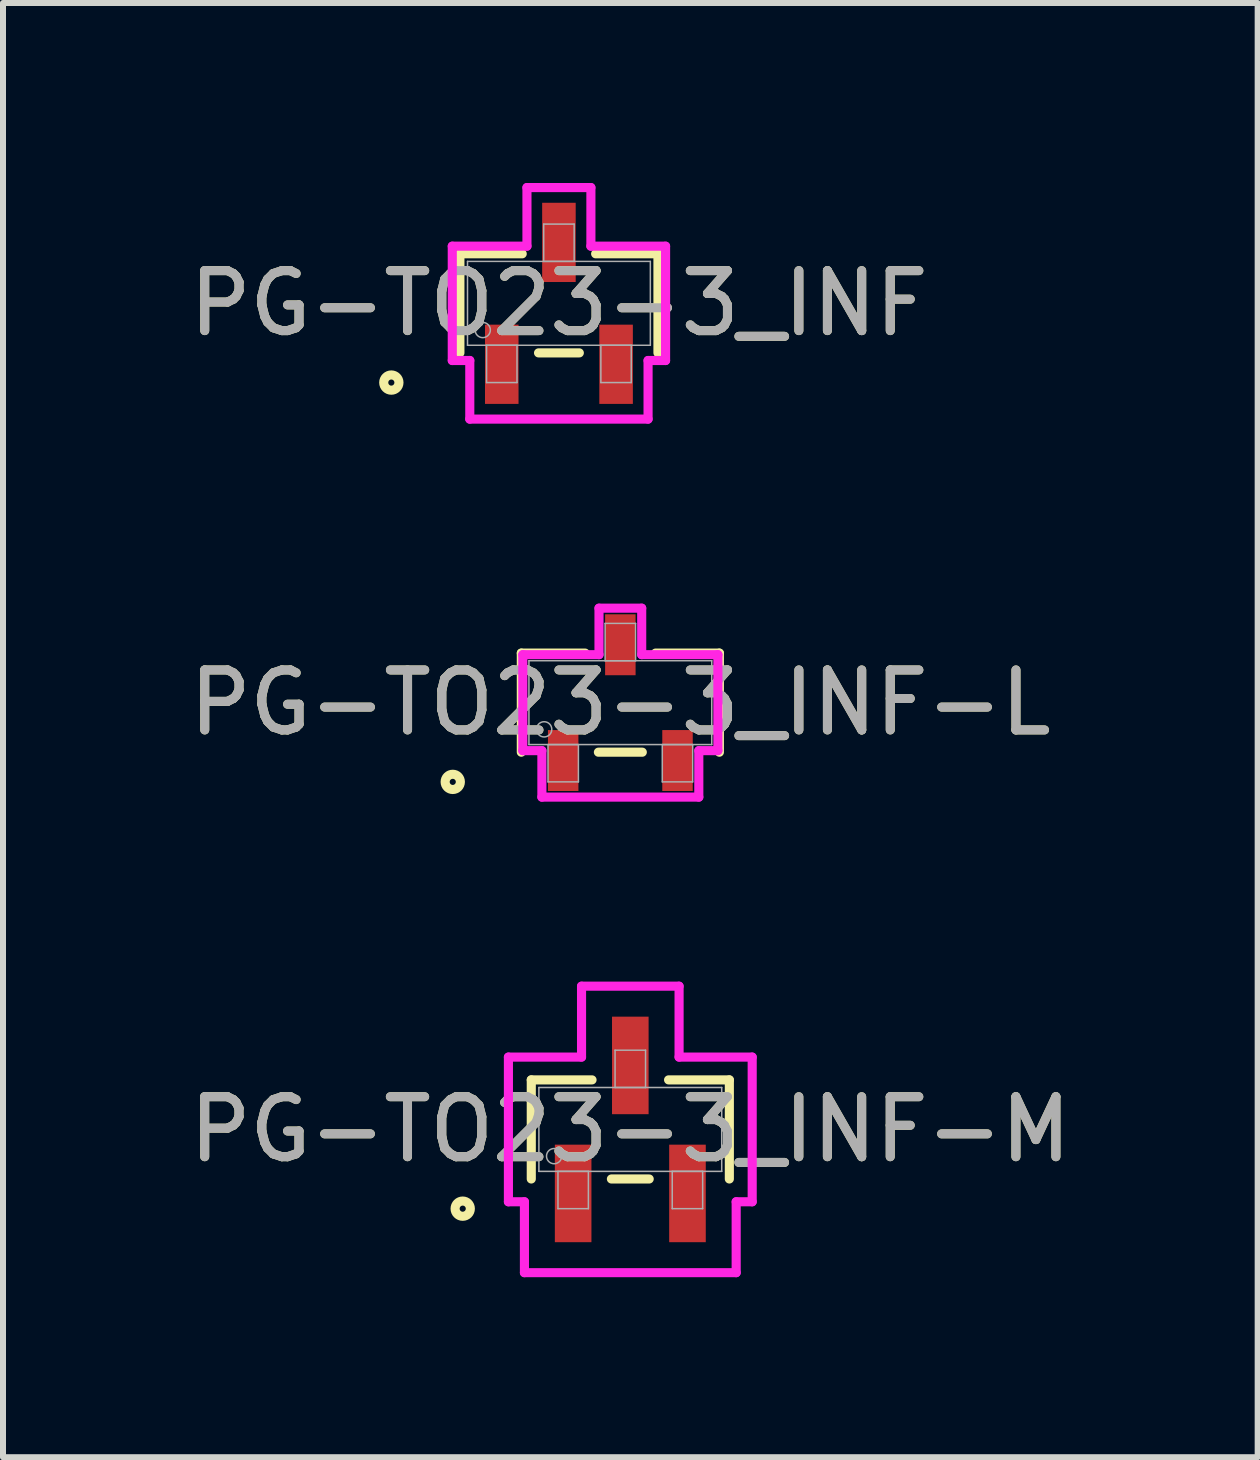
<source format=kicad_pcb>
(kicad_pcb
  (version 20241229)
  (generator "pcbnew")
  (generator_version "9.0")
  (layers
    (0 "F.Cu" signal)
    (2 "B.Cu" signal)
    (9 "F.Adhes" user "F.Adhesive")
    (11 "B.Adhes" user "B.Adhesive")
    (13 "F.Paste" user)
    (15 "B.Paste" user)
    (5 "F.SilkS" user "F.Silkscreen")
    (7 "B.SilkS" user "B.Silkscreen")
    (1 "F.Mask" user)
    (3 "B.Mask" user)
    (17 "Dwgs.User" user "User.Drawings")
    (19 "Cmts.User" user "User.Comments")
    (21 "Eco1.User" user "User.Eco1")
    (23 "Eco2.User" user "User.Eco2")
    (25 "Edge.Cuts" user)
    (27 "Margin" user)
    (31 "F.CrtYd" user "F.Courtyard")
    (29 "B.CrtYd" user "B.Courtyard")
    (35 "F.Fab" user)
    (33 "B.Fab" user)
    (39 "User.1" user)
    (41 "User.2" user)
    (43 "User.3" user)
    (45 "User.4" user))
  (footprint "PG-TO23-3_INF"
    (layer "F.Cu")
    (at 6.268 2.007)
    (property "Reference" "PG-TO23-3_INF" (at 0 0 0) (unlocked yes) (layer "F.SilkS") (effects (font (size 1 1) (thickness 0.15))))
    (attr smd)
    (fp_line (start -1.651 -0.826) (end -1.651 0.826) (stroke (width 0.152) (type solid)) (layer "F.SilkS"))
    (fp_line (start -0.612 -0.826) (end -1.651 -0.826) (stroke (width 0.152) (type solid)) (layer "F.SilkS"))
    (fp_line (start -0.34 0.826) (end 0.34 0.826) (stroke (width 0.152) (type solid)) (layer "F.SilkS"))
    (fp_line (start 1.651 -0.826) (end 0.612 -0.826) (stroke (width 0.152) (type solid)) (layer "F.SilkS"))
    (fp_line (start 1.651 0.826) (end 1.651 -0.826) (stroke (width 0.152) (type solid)) (layer "F.SilkS"))
    (fp_circle (center -2.794 1.321) (end -2.667 1.321) (stroke (width 0.152) (type solid)) (fill no) (layer "F.SilkS"))
    (fp_line (start -1.778 -0.953) (end -0.533 -0.953) (stroke (width 0.152) (type solid)) (layer "F.CrtYd"))
    (fp_line (start -1.778 0.953) (end -1.778 -0.953) (stroke (width 0.152) (type solid)) (layer "F.CrtYd"))
    (fp_line (start -1.778 0.953) (end -1.486 0.953) (stroke (width 0.152) (type solid)) (layer "F.CrtYd"))
    (fp_line (start -1.486 0.953) (end -1.486 1.93) (stroke (width 0.152) (type solid)) (layer "F.CrtYd"))
    (fp_line (start -1.486 1.93) (end 1.486 1.93) (stroke (width 0.152) (type solid)) (layer "F.CrtYd"))
    (fp_line (start -0.533 -1.93) (end 0.533 -1.93) (stroke (width 0.152) (type solid)) (layer "F.CrtYd"))
    (fp_line (start -0.533 -0.953) (end -0.533 -1.93) (stroke (width 0.152) (type solid)) (layer "F.CrtYd"))
    (fp_line (start 0.533 -0.953) (end 0.533 -1.93) (stroke (width 0.152) (type solid)) (layer "F.CrtYd"))
    (fp_line (start 1.486 0.953) (end 1.486 1.93) (stroke (width 0.152) (type solid)) (layer "F.CrtYd"))
    (fp_line (start 1.778 -0.953) (end 0.533 -0.953) (stroke (width 0.152) (type solid)) (layer "F.CrtYd"))
    (fp_line (start 1.778 -0.953) (end 1.778 0.953) (stroke (width 0.152) (type solid)) (layer "F.CrtYd"))
    (fp_line (start 1.778 0.953) (end 1.486 0.953) (stroke (width 0.152) (type solid)) (layer "F.CrtYd"))
    (fp_line (start -1.524 -0.699) (end -1.524 0.699) (stroke (width 0.025) (type solid)) (layer "F.Fab"))
    (fp_line (start -1.524 0.699) (end 1.524 0.699) (stroke (width 0.025) (type solid)) (layer "F.Fab"))
    (fp_line (start -1.206 0.699) (end -1.206 1.321) (stroke (width 0.025) (type solid)) (layer "F.Fab"))
    (fp_line (start -1.206 1.321) (end -0.699 1.321) (stroke (width 0.025) (type solid)) (layer "F.Fab"))
    (fp_line (start -0.699 0.699) (end -1.206 0.699) (stroke (width 0.025) (type solid)) (layer "F.Fab"))
    (fp_line (start -0.699 1.321) (end -0.699 0.699) (stroke (width 0.025) (type solid)) (layer "F.Fab"))
    (fp_line (start -0.254 -1.321) (end -0.254 -0.699) (stroke (width 0.025) (type solid)) (layer "F.Fab"))
    (fp_line (start -0.254 -0.699) (end 0.254 -0.699) (stroke (width 0.025) (type solid)) (layer "F.Fab"))
    (fp_line (start 0.254 -1.321) (end -0.254 -1.321) (stroke (width 0.025) (type solid)) (layer "F.Fab"))
    (fp_line (start 0.254 -0.699) (end 0.254 -1.321) (stroke (width 0.025) (type solid)) (layer "F.Fab"))
    (fp_line (start 0.699 0.699) (end 0.699 1.321) (stroke (width 0.025) (type solid)) (layer "F.Fab"))
    (fp_line (start 0.699 1.321) (end 1.206 1.321) (stroke (width 0.025) (type solid)) (layer "F.Fab"))
    (fp_line (start 1.206 0.699) (end 0.699 0.699) (stroke (width 0.025) (type solid)) (layer "F.Fab"))
    (fp_line (start 1.206 1.321) (end 1.206 0.699) (stroke (width 0.025) (type solid)) (layer "F.Fab"))
    (fp_line (start 1.524 -0.699) (end -1.524 -0.699) (stroke (width 0.025) (type solid)) (layer "F.Fab"))
    (fp_line (start 1.524 0.699) (end 1.524 -0.699) (stroke (width 0.025) (type solid)) (layer "F.Fab"))
    (fp_circle (center -1.27 0.445) (end -1.143 0.445) (stroke (width 0.025) (type solid)) (fill no) (layer "F.Fab"))
    (fp_text user "${REFERENCE}" (at 0 0 0) (unlocked yes) (layer "F.Fab") (effects (font (size 1 1) (thickness 0.15))))
    (pad "1" smd rect (at -0.953 1.016) (size 0.559 1.321) (layers "F.Cu" "F.Mask" "F.Paste"))
    (pad "2" smd rect (at 0.953 1.016) (size 0.559 1.321) (layers "F.Cu" "F.Mask" "F.Paste"))
    (pad "3" smd rect (at 0 -1.016) (size 0.559 1.321) (layers "F.Cu" "F.Mask" "F.Paste")))
  (footprint "PG-TO23-3_INF-M"
    (layer "F.Cu")
    (at 7.458 15.779)
    (property "Reference" "PG-TO23-3_INF-M" (at 0 0 0) (unlocked yes) (layer "F.SilkS") (effects (font (size 1 1) (thickness 0.15))))
    (attr smd)
    (fp_line (start -1.651 -0.826) (end -1.651 0.826) (stroke (width 0.152) (type solid)) (layer "F.SilkS"))
    (fp_line (start -0.638 -0.826) (end -1.651 -0.826) (stroke (width 0.152) (type solid)) (layer "F.SilkS"))
    (fp_line (start -0.315 0.826) (end 0.315 0.826) (stroke (width 0.152) (type solid)) (layer "F.SilkS"))
    (fp_line (start 1.651 -0.826) (end 0.638 -0.826) (stroke (width 0.152) (type solid)) (layer "F.SilkS"))
    (fp_line (start 1.651 0.826) (end 1.651 -0.826) (stroke (width 0.152) (type solid)) (layer "F.SilkS"))
    (fp_circle (center -2.794 1.321) (end -2.667 1.321) (stroke (width 0.152) (type solid)) (fill no) (layer "F.SilkS"))
    (fp_line (start -2.032 -1.206) (end -0.813 -1.206) (stroke (width 0.152) (type solid)) (layer "F.CrtYd"))
    (fp_line (start -2.032 1.206) (end -2.032 -1.206) (stroke (width 0.152) (type solid)) (layer "F.CrtYd"))
    (fp_line (start -2.032 1.206) (end -1.765 1.206) (stroke (width 0.152) (type solid)) (layer "F.CrtYd"))
    (fp_line (start -1.765 1.206) (end -1.765 2.388) (stroke (width 0.152) (type solid)) (layer "F.CrtYd"))
    (fp_line (start -1.765 2.388) (end 1.765 2.388) (stroke (width 0.152) (type solid)) (layer "F.CrtYd"))
    (fp_line (start -0.813 -2.388) (end 0.813 -2.388) (stroke (width 0.152) (type solid)) (layer "F.CrtYd"))
    (fp_line (start -0.813 -1.206) (end -0.813 -2.388) (stroke (width 0.152) (type solid)) (layer "F.CrtYd"))
    (fp_line (start 0.813 -1.206) (end 0.813 -2.388) (stroke (width 0.152) (type solid)) (layer "F.CrtYd"))
    (fp_line (start 1.765 1.206) (end 1.765 2.388) (stroke (width 0.152) (type solid)) (layer "F.CrtYd"))
    (fp_line (start 2.032 -1.206) (end 0.813 -1.206) (stroke (width 0.152) (type solid)) (layer "F.CrtYd"))
    (fp_line (start 2.032 -1.206) (end 2.032 1.206) (stroke (width 0.152) (type solid)) (layer "F.CrtYd"))
    (fp_line (start 2.032 1.206) (end 1.765 1.206) (stroke (width 0.152) (type solid)) (layer "F.CrtYd"))
    (fp_line (start -1.524 -0.699) (end -1.524 0.699) (stroke (width 0.025) (type solid)) (layer "F.Fab"))
    (fp_line (start -1.524 0.699) (end 1.524 0.699) (stroke (width 0.025) (type solid)) (layer "F.Fab"))
    (fp_line (start -1.206 0.699) (end -1.206 1.321) (stroke (width 0.025) (type solid)) (layer "F.Fab"))
    (fp_line (start -1.206 1.321) (end -0.699 1.321) (stroke (width 0.025) (type solid)) (layer "F.Fab"))
    (fp_line (start -0.699 0.699) (end -1.206 0.699) (stroke (width 0.025) (type solid)) (layer "F.Fab"))
    (fp_line (start -0.699 1.321) (end -0.699 0.699) (stroke (width 0.025) (type solid)) (layer "F.Fab"))
    (fp_line (start -0.254 -1.321) (end -0.254 -0.699) (stroke (width 0.025) (type solid)) (layer "F.Fab"))
    (fp_line (start -0.254 -0.699) (end 0.254 -0.699) (stroke (width 0.025) (type solid)) (layer "F.Fab"))
    (fp_line (start 0.254 -1.321) (end -0.254 -1.321) (stroke (width 0.025) (type solid)) (layer "F.Fab"))
    (fp_line (start 0.254 -0.699) (end 0.254 -1.321) (stroke (width 0.025) (type solid)) (layer "F.Fab"))
    (fp_line (start 0.699 0.699) (end 0.699 1.321) (stroke (width 0.025) (type solid)) (layer "F.Fab"))
    (fp_line (start 0.699 1.321) (end 1.206 1.321) (stroke (width 0.025) (type solid)) (layer "F.Fab"))
    (fp_line (start 1.206 0.699) (end 0.699 0.699) (stroke (width 0.025) (type solid)) (layer "F.Fab"))
    (fp_line (start 1.206 1.321) (end 1.206 0.699) (stroke (width 0.025) (type solid)) (layer "F.Fab"))
    (fp_line (start 1.524 -0.699) (end -1.524 -0.699) (stroke (width 0.025) (type solid)) (layer "F.Fab"))
    (fp_line (start 1.524 0.699) (end 1.524 -0.699) (stroke (width 0.025) (type solid)) (layer "F.Fab"))
    (fp_circle (center -1.27 0.445) (end -1.143 0.445) (stroke (width 0.025) (type solid)) (fill no) (layer "F.Fab"))
    (fp_text user "${REFERENCE}" (at 0 0 0) (unlocked yes) (layer "F.Fab") (effects (font (size 1 1) (thickness 0.15))))
    (pad "1" smd rect (at -0.953 1.067) (size 0.61 1.626) (layers "F.Cu" "F.Mask" "F.Paste"))
    (pad "2" smd rect (at 0.953 1.067) (size 0.61 1.626) (layers "F.Cu" "F.Mask" "F.Paste"))
    (pad "3" smd rect (at 0 -1.067) (size 0.61 1.626) (layers "F.Cu" "F.Mask" "F.Paste")))
  (footprint "PG-TO23-3_INF-L"
    (layer "F.Cu")
    (at 7.292 8.664)
    (property "Reference" "PG-TO23-3_INF-L" (at 0 0 0) (unlocked yes) (layer "F.SilkS") (effects (font (size 1 1) (thickness 0.15))))
    (attr smd)
    (fp_line (start -1.651 -0.826) (end -1.651 0.826) (stroke (width 0.152) (type solid)) (layer "F.SilkS"))
    (fp_line (start -0.587 -0.826) (end -1.651 -0.826) (stroke (width 0.152) (type solid)) (layer "F.SilkS"))
    (fp_line (start -0.366 0.826) (end 0.366 0.826) (stroke (width 0.152) (type solid)) (layer "F.SilkS"))
    (fp_line (start 1.651 -0.826) (end 0.587 -0.826) (stroke (width 0.152) (type solid)) (layer "F.SilkS"))
    (fp_line (start 1.651 0.826) (end 1.651 -0.826) (stroke (width 0.152) (type solid)) (layer "F.SilkS"))
    (fp_circle (center -2.794 1.321) (end -2.667 1.321) (stroke (width 0.152) (type solid)) (fill no) (layer "F.SilkS"))
    (fp_line (start -1.626 -0.8) (end -0.356 -0.8) (stroke (width 0.152) (type solid)) (layer "F.CrtYd"))
    (fp_line (start -1.626 0.8) (end -1.626 -0.8) (stroke (width 0.152) (type solid)) (layer "F.CrtYd"))
    (fp_line (start -1.626 0.8) (end -1.308 0.8) (stroke (width 0.152) (type solid)) (layer "F.CrtYd"))
    (fp_line (start -1.308 0.8) (end -1.308 1.575) (stroke (width 0.152) (type solid)) (layer "F.CrtYd"))
    (fp_line (start -1.308 1.575) (end 1.308 1.575) (stroke (width 0.152) (type solid)) (layer "F.CrtYd"))
    (fp_line (start -0.356 -1.575) (end 0.356 -1.575) (stroke (width 0.152) (type solid)) (layer "F.CrtYd"))
    (fp_line (start -0.356 -0.8) (end -0.356 -1.575) (stroke (width 0.152) (type solid)) (layer "F.CrtYd"))
    (fp_line (start 0.356 -0.8) (end 0.356 -1.575) (stroke (width 0.152) (type solid)) (layer "F.CrtYd"))
    (fp_line (start 1.308 0.8) (end 1.308 1.575) (stroke (width 0.152) (type solid)) (layer "F.CrtYd"))
    (fp_line (start 1.626 -0.8) (end 0.356 -0.8) (stroke (width 0.152) (type solid)) (layer "F.CrtYd"))
    (fp_line (start 1.626 -0.8) (end 1.626 0.8) (stroke (width 0.152) (type solid)) (layer "F.CrtYd"))
    (fp_line (start 1.626 0.8) (end 1.308 0.8) (stroke (width 0.152) (type solid)) (layer "F.CrtYd"))
    (fp_line (start -1.524 -0.699) (end -1.524 0.699) (stroke (width 0.025) (type solid)) (layer "F.Fab"))
    (fp_line (start -1.524 0.699) (end 1.524 0.699) (stroke (width 0.025) (type solid)) (layer "F.Fab"))
    (fp_line (start -1.206 0.699) (end -1.206 1.321) (stroke (width 0.025) (type solid)) (layer "F.Fab"))
    (fp_line (start -1.206 1.321) (end -0.699 1.321) (stroke (width 0.025) (type solid)) (layer "F.Fab"))
    (fp_line (start -0.699 0.699) (end -1.206 0.699) (stroke (width 0.025) (type solid)) (layer "F.Fab"))
    (fp_line (start -0.699 1.321) (end -0.699 0.699) (stroke (width 0.025) (type solid)) (layer "F.Fab"))
    (fp_line (start -0.254 -1.321) (end -0.254 -0.699) (stroke (width 0.025) (type solid)) (layer "F.Fab"))
    (fp_line (start -0.254 -0.699) (end 0.254 -0.699) (stroke (width 0.025) (type solid)) (layer "F.Fab"))
    (fp_line (start 0.254 -1.321) (end -0.254 -1.321) (stroke (width 0.025) (type solid)) (layer "F.Fab"))
    (fp_line (start 0.254 -0.699) (end 0.254 -1.321) (stroke (width 0.025) (type solid)) (layer "F.Fab"))
    (fp_line (start 0.699 0.699) (end 0.699 1.321) (stroke (width 0.025) (type solid)) (layer "F.Fab"))
    (fp_line (start 0.699 1.321) (end 1.206 1.321) (stroke (width 0.025) (type solid)) (layer "F.Fab"))
    (fp_line (start 1.206 0.699) (end 0.699 0.699) (stroke (width 0.025) (type solid)) (layer "F.Fab"))
    (fp_line (start 1.206 1.321) (end 1.206 0.699) (stroke (width 0.025) (type solid)) (layer "F.Fab"))
    (fp_line (start 1.524 -0.699) (end -1.524 -0.699) (stroke (width 0.025) (type solid)) (layer "F.Fab"))
    (fp_line (start 1.524 0.699) (end 1.524 -0.699) (stroke (width 0.025) (type solid)) (layer "F.Fab"))
    (fp_circle (center -1.27 0.445) (end -1.143 0.445) (stroke (width 0.025) (type solid)) (fill no) (layer "F.Fab"))
    (fp_text user "${REFERENCE}" (at 0 0 0) (unlocked yes) (layer "F.Fab") (effects (font (size 1 1) (thickness 0.15))))
    (pad "1" smd rect (at -0.953 0.965) (size 0.508 1.016) (layers "F.Cu" "F.Mask" "F.Paste"))
    (pad "2" smd rect (at 0.953 0.965) (size 0.508 1.016) (layers "F.Cu" "F.Mask" "F.Paste"))
    (pad "3" smd rect (at 0 -0.965) (size 0.508 1.016) (layers "F.Cu" "F.Mask" "F.Paste")))
  (gr_rect
    (start -3 -3)
    (end 17.917 21.243)
    (stroke (width 0.1) (type default))
    (fill no)
    (layer "Edge.Cuts")))
</source>
